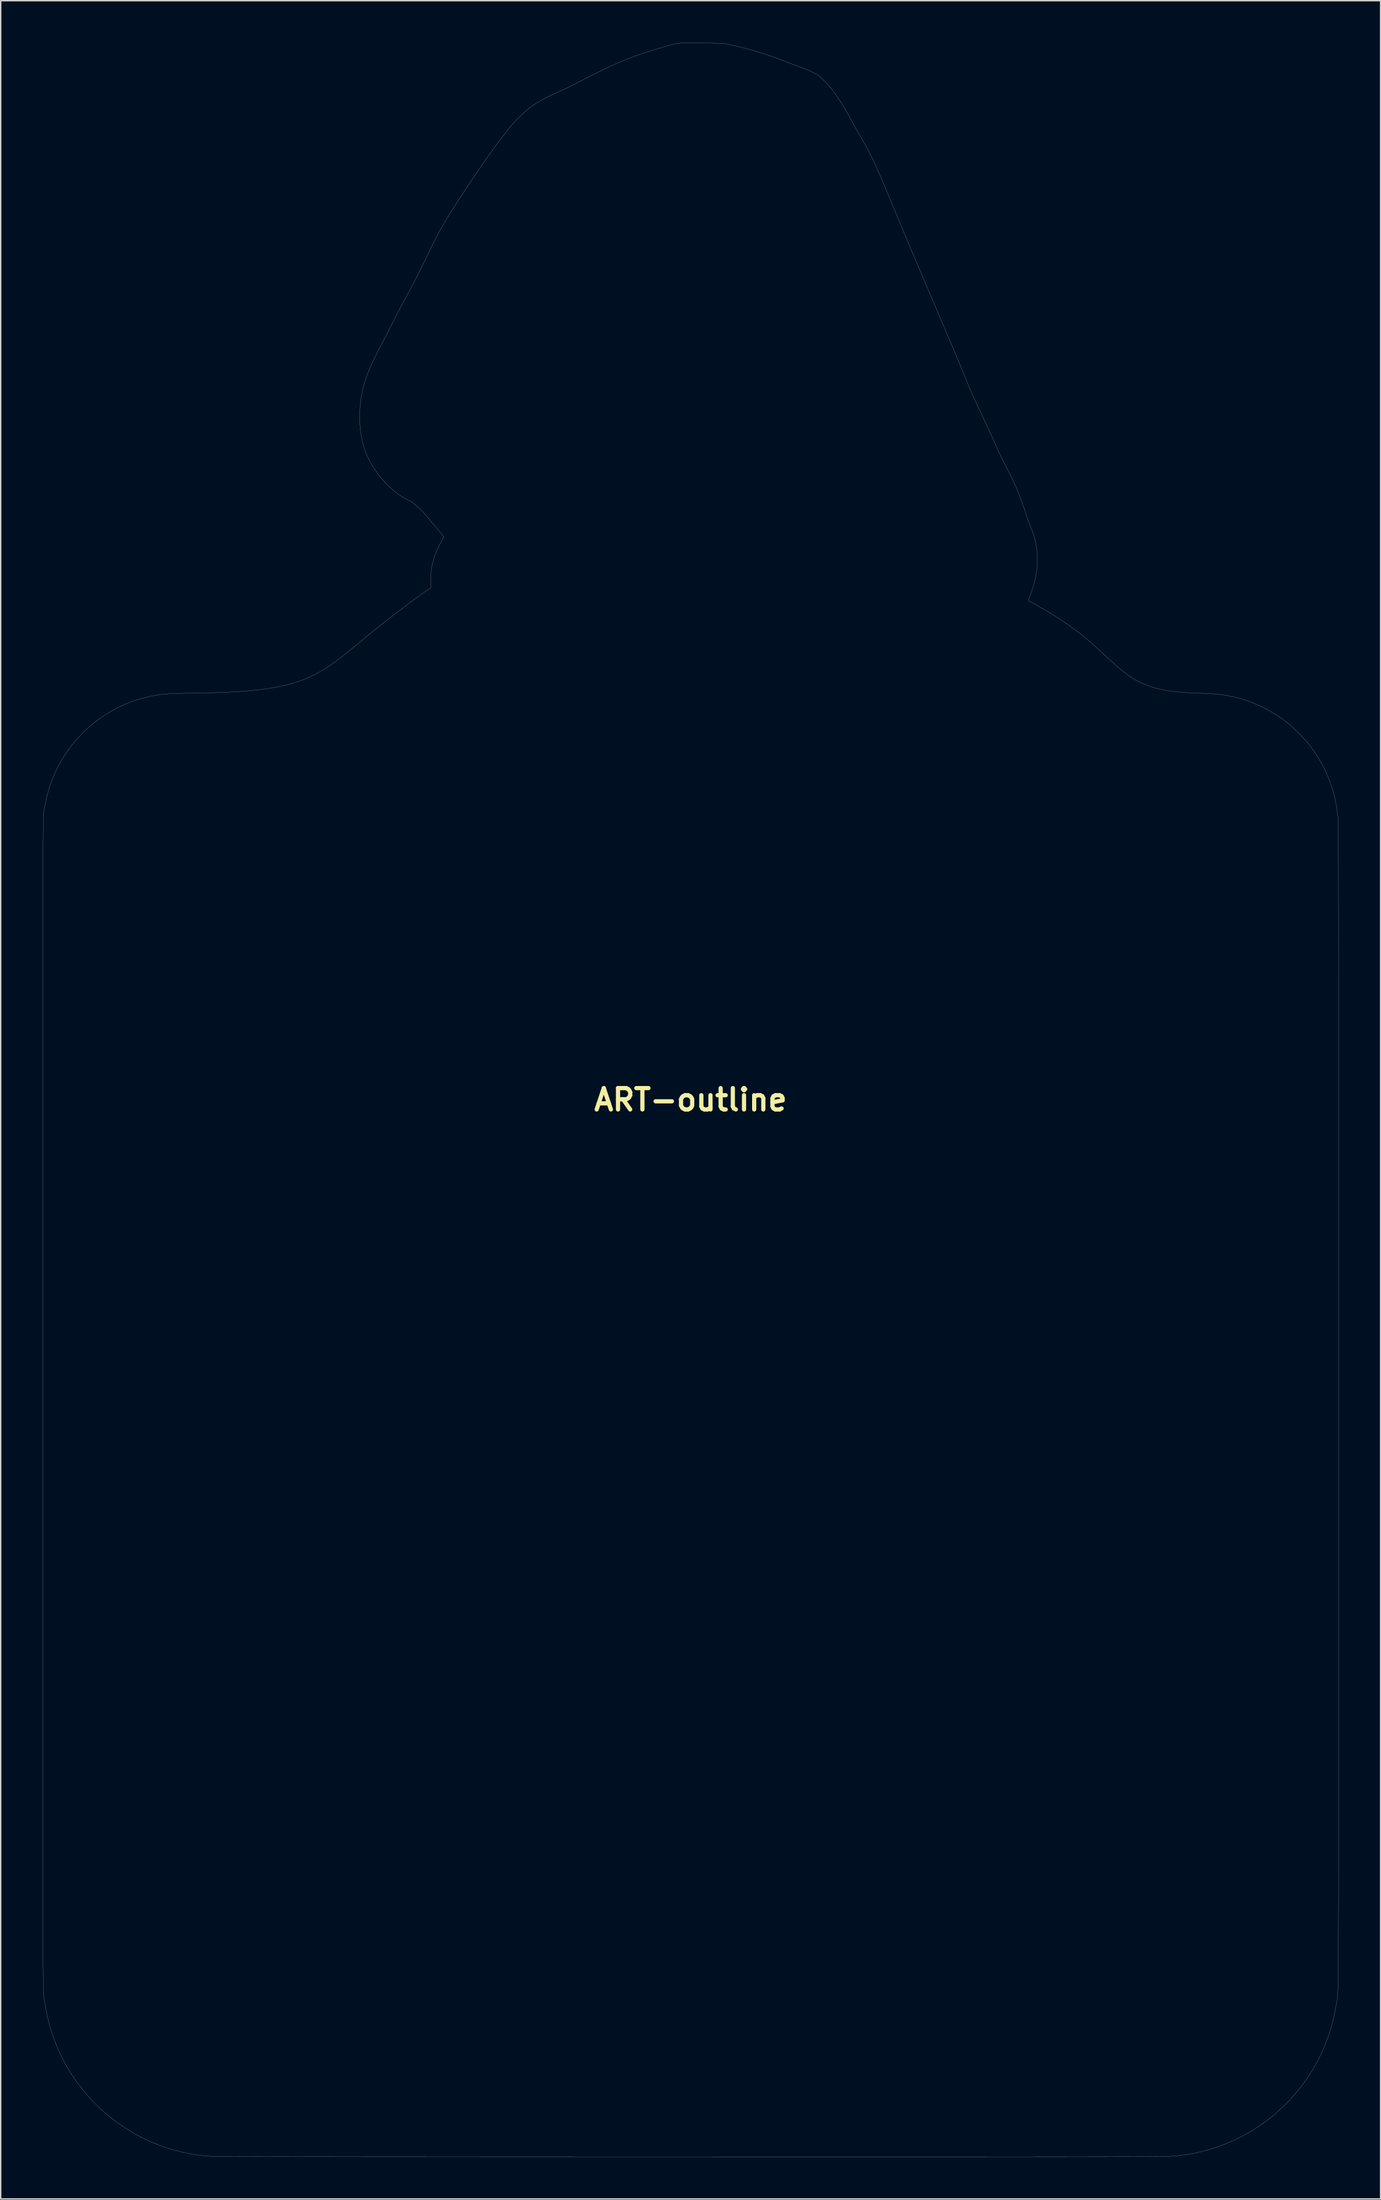
<source format=kicad_pcb>
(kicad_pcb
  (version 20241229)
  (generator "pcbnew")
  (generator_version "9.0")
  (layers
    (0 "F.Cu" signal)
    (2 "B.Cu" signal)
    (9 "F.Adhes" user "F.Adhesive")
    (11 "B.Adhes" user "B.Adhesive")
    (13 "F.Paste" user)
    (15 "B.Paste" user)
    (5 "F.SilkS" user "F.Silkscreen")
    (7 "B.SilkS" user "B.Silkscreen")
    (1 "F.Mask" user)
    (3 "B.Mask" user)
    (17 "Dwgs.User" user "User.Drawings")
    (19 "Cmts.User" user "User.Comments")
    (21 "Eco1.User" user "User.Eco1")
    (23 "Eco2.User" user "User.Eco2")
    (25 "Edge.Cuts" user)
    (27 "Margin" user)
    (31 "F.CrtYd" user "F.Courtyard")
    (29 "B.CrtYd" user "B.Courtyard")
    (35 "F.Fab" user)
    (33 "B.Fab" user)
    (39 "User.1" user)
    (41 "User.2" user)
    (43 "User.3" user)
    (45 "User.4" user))
  (footprint "ART-outline"
    (layer "F.Cu")
    (at 46.276 75.479)
    (property "Reference" "ART-outline" (at 0 0 0) (layer "F.SilkS") (effects (font (size 1.524 1.524) (thickness 0.3))))
    (attr through_hole)
    (fp_poly (pts (xy -0.034 -75.474) (xy 0.123 -75.472) (xy 0.308 -75.469) (xy 0.526 -75.466) (xy 0.78 -75.461) (xy 0.942 -75.459) (xy 2.318 -75.434) (xy 2.773 -75.341) (xy 3.406 -75.202) (xy 4.058 -75.037) (xy 4.718 -74.85) (xy 5.375 -74.645) (xy 6.017 -74.425) (xy 6.562 -74.22) (xy 6.675 -74.176) (xy 6.821 -74.119) (xy 6.992 -74.053) (xy 7.181 -73.981) (xy 7.382 -73.904) (xy 7.586 -73.826) (xy 7.787 -73.749) (xy 7.822 -73.736) (xy 8.078 -73.637) (xy 8.299 -73.55) (xy 8.49 -73.471) (xy 8.654 -73.399) (xy 8.796 -73.33) (xy 8.921 -73.262) (xy 9.034 -73.193) (xy 9.139 -73.12) (xy 9.241 -73.04) (xy 9.343 -72.951) (xy 9.452 -72.85) (xy 9.497 -72.807) (xy 9.709 -72.591) (xy 9.921 -72.352) (xy 10.134 -72.087) (xy 10.351 -71.795) (xy 10.571 -71.472) (xy 10.798 -71.116) (xy 11.033 -70.726) (xy 11.277 -70.299) (xy 11.431 -70.019) (xy 11.521 -69.854) (xy 11.627 -69.664) (xy 11.74 -69.462) (xy 11.855 -69.26) (xy 11.965 -69.068) (xy 12.039 -68.94) (xy 12.173 -68.709) (xy 12.298 -68.489) (xy 12.417 -68.278) (xy 12.53 -68.073) (xy 12.639 -67.87) (xy 12.746 -67.667) (xy 12.851 -67.46) (xy 12.956 -67.248) (xy 13.062 -67.027) (xy 13.171 -66.794) (xy 13.284 -66.546) (xy 13.403 -66.281) (xy 13.528 -65.995) (xy 13.662 -65.686) (xy 13.805 -65.35) (xy 13.959 -64.985) (xy 14.125 -64.588) (xy 14.305 -64.156) (xy 14.397 -63.934) (xy 14.56 -63.542) (xy 14.72 -63.158) (xy 14.878 -62.779) (xy 15.035 -62.403) (xy 15.193 -62.026) (xy 15.352 -61.647) (xy 15.513 -61.262) (xy 15.678 -60.87) (xy 15.848 -60.468) (xy 16.024 -60.053) (xy 16.206 -59.622) (xy 16.396 -59.173) (xy 16.596 -58.703) (xy 16.805 -58.21) (xy 17.026 -57.692) (xy 17.259 -57.145) (xy 17.506 -56.567) (xy 17.767 -55.956) (xy 18.043 -55.308) (xy 18.066 -55.256) (xy 18.204 -54.931) (xy 18.344 -54.603) (xy 18.483 -54.276) (xy 18.62 -53.952) (xy 18.753 -53.637) (xy 18.881 -53.333) (xy 19.003 -53.045) (xy 19.116 -52.775) (xy 19.219 -52.528) (xy 19.31 -52.307) (xy 19.389 -52.117) (xy 19.453 -51.96) (xy 19.473 -51.911) (xy 19.591 -51.619) (xy 19.696 -51.361) (xy 19.79 -51.133) (xy 19.874 -50.93) (xy 19.951 -50.747) (xy 20.023 -50.578) (xy 20.091 -50.42) (xy 20.159 -50.268) (xy 20.228 -50.115) (xy 20.3 -49.959) (xy 20.378 -49.793) (xy 20.442 -49.657) (xy 20.632 -49.255) (xy 20.805 -48.887) (xy 20.963 -48.551) (xy 21.107 -48.243) (xy 21.239 -47.96) (xy 21.36 -47.699) (xy 21.472 -47.455) (xy 21.576 -47.227) (xy 21.674 -47.01) (xy 21.767 -46.801) (xy 21.858 -46.597) (xy 21.946 -46.395) (xy 21.954 -46.377) (xy 22.009 -46.255) (xy 22.08 -46.104) (xy 22.163 -45.931) (xy 22.255 -45.743) (xy 22.352 -45.549) (xy 22.449 -45.356) (xy 22.528 -45.203) (xy 22.619 -45.028) (xy 22.708 -44.856) (xy 22.792 -44.691) (xy 22.868 -44.541) (xy 22.934 -44.41) (xy 22.986 -44.305) (xy 23.022 -44.231) (xy 23.023 -44.228) (xy 23.185 -43.871) (xy 23.343 -43.5) (xy 23.497 -43.11) (xy 23.651 -42.696) (xy 23.806 -42.252) (xy 23.965 -41.774) (xy 24.023 -41.593) (xy 24.086 -41.403) (xy 24.154 -41.213) (xy 24.223 -41.034) (xy 24.287 -40.879) (xy 24.309 -40.831) (xy 24.427 -40.546) (xy 24.526 -40.246) (xy 24.609 -39.918) (xy 24.636 -39.787) (xy 24.716 -39.294) (xy 24.755 -38.801) (xy 24.755 -38.309) (xy 24.715 -37.814) (xy 24.634 -37.315) (xy 24.514 -36.81) (xy 24.352 -36.298) (xy 24.189 -35.87) (xy 24.156 -35.784) (xy 24.132 -35.711) (xy 24.121 -35.662) (xy 24.122 -35.645) (xy 24.145 -35.631) (xy 24.2 -35.6) (xy 24.283 -35.553) (xy 24.389 -35.494) (xy 24.513 -35.426) (xy 24.652 -35.35) (xy 24.712 -35.317) (xy 25.536 -34.846) (xy 26.331 -34.348) (xy 27.094 -33.824) (xy 27.825 -33.274) (xy 28.416 -32.79) (xy 28.491 -32.727) (xy 28.564 -32.664) (xy 28.639 -32.598) (xy 28.719 -32.528) (xy 28.805 -32.451) (xy 28.902 -32.364) (xy 29.011 -32.265) (xy 29.135 -32.152) (xy 29.277 -32.022) (xy 29.44 -31.872) (xy 29.626 -31.701) (xy 29.837 -31.507) (xy 30.064 -31.297) (xy 30.379 -31.013) (xy 30.673 -30.76) (xy 30.951 -30.536) (xy 31.216 -30.337) (xy 31.474 -30.161) (xy 31.728 -30.006) (xy 31.982 -29.867) (xy 32.24 -29.742) (xy 32.406 -29.67) (xy 32.729 -29.546) (xy 33.068 -29.436) (xy 33.426 -29.341) (xy 33.807 -29.26) (xy 34.214 -29.191) (xy 34.649 -29.136) (xy 35.117 -29.092) (xy 35.619 -29.06) (xy 36.089 -29.041) (xy 36.389 -29.032) (xy 36.652 -29.022) (xy 36.882 -29.013) (xy 37.085 -29.003) (xy 37.265 -28.992) (xy 37.428 -28.98) (xy 37.579 -28.967) (xy 37.722 -28.951) (xy 37.863 -28.934) (xy 38.007 -28.914) (xy 38.084 -28.902) (xy 38.703 -28.787) (xy 39.307 -28.633) (xy 39.895 -28.442) (xy 40.464 -28.215) (xy 41.015 -27.953) (xy 41.545 -27.659) (xy 42.054 -27.333) (xy 42.54 -26.977) (xy 43.002 -26.592) (xy 43.439 -26.18) (xy 43.849 -25.741) (xy 44.232 -25.278) (xy 44.586 -24.791) (xy 44.909 -24.283) (xy 45.201 -23.754) (xy 45.46 -23.206) (xy 45.685 -22.641) (xy 45.875 -22.059) (xy 46.028 -21.462) (xy 46.144 -20.851) (xy 46.22 -20.228) (xy 46.248 -19.833) (xy 46.249 -19.797) (xy 46.25 -19.728) (xy 46.251 -19.625) (xy 46.252 -19.49) (xy 46.253 -19.321) (xy 46.253 -19.119) (xy 46.254 -18.882) (xy 46.255 -18.612) (xy 46.256 -18.307) (xy 46.257 -17.968) (xy 46.257 -17.594) (xy 46.258 -17.185) (xy 46.259 -16.742) (xy 46.259 -16.262) (xy 46.26 -15.748) (xy 46.261 -15.198) (xy 46.261 -14.612) (xy 46.262 -13.989) (xy 46.263 -13.331) (xy 46.263 -12.636) (xy 46.264 -11.904) (xy 46.264 -11.135) (xy 46.265 -10.33) (xy 46.265 -9.486) (xy 46.266 -8.606) (xy 46.266 -7.687) (xy 46.266 -6.731) (xy 46.267 -5.737) (xy 46.267 -4.704) (xy 46.267 -3.633) (xy 46.268 -2.522) (xy 46.268 -1.373) (xy 46.268 -0.185) (xy 46.269 1.042) (xy 46.269 2.31) (xy 46.269 3.616) (xy 46.269 4.963) (xy 46.27 6.35) (xy 46.27 7.778) (xy 46.27 9.246) (xy 46.27 10.755) (xy 46.27 12.305) (xy 46.27 13.896) (xy 46.27 15.528) (xy 46.27 17.202) (xy 46.27 18.918) (xy 46.27 20.676) (xy 46.27 21.641) (xy 46.27 23.256) (xy 46.27 24.828) (xy 46.27 26.36) (xy 46.27 27.85) (xy 46.27 29.301) (xy 46.271 30.712) (xy 46.271 32.084) (xy 46.271 33.418) (xy 46.271 34.713) (xy 46.271 35.972) (xy 46.271 37.193) (xy 46.271 38.379) (xy 46.271 39.528) (xy 46.271 40.643) (xy 46.271 41.723) (xy 46.271 42.769) (xy 46.271 43.782) (xy 46.271 44.761) (xy 46.27 45.709) (xy 46.27 46.624) (xy 46.27 47.509) (xy 46.27 48.362) (xy 46.27 49.186) (xy 46.269 49.98) (xy 46.269 50.745) (xy 46.269 51.482) (xy 46.268 52.19) (xy 46.268 52.872) (xy 46.268 53.526) (xy 46.267 54.155) (xy 46.267 54.757) (xy 46.266 55.335) (xy 46.265 55.888) (xy 46.265 56.417) (xy 46.264 56.923) (xy 46.263 57.405) (xy 46.262 57.866) (xy 46.261 58.304) (xy 46.26 58.722) (xy 46.259 59.119) (xy 46.258 59.495) (xy 46.257 59.852) (xy 46.255 60.19) (xy 46.254 60.51) (xy 46.253 60.812) (xy 46.251 61.096) (xy 46.249 61.364) (xy 46.248 61.615) (xy 46.246 61.851) (xy 46.244 62.071) (xy 46.242 62.277) (xy 46.24 62.469) (xy 46.238 62.648) (xy 46.236 62.814) (xy 46.233 62.967) (xy 46.231 63.109) (xy 46.228 63.239) (xy 46.226 63.359) (xy 46.223 63.468) (xy 46.22 63.568) (xy 46.217 63.659) (xy 46.214 63.742) (xy 46.211 63.817) (xy 46.207 63.884) (xy 46.204 63.945) (xy 46.2 63.999) (xy 46.197 64.048) (xy 46.193 64.092) (xy 46.189 64.131) (xy 46.185 64.166) (xy 46.181 64.197) (xy 46.176 64.226) (xy 46.172 64.252) (xy 46.167 64.277) (xy 46.162 64.3) (xy 46.157 64.323) (xy 46.152 64.346) (xy 46.147 64.369) (xy 46.142 64.393) (xy 46.136 64.419) (xy 46.131 64.446) (xy 46.125 64.477) (xy 46.119 64.51) (xy 46.113 64.548) (xy 46.11 64.569) (xy 45.981 65.284) (xy 45.814 65.985) (xy 45.61 66.669) (xy 45.369 67.336) (xy 45.093 67.985) (xy 44.783 68.615) (xy 44.441 69.225) (xy 44.067 69.813) (xy 43.662 70.378) (xy 43.229 70.919) (xy 42.768 71.436) (xy 42.28 71.927) (xy 41.767 72.391) (xy 41.229 72.827) (xy 40.669 73.233) (xy 40.087 73.61) (xy 39.484 73.955) (xy 38.862 74.267) (xy 38.221 74.546) (xy 37.564 74.79) (xy 36.891 74.998) (xy 36.203 75.17) (xy 35.502 75.303) (xy 34.789 75.397) (xy 34.143 75.448) (xy 34.113 75.449) (xy 34.077 75.45) (xy 34.035 75.452) (xy 33.987 75.453) (xy 33.931 75.454) (xy 33.867 75.456) (xy 33.794 75.457) (xy 33.713 75.458) (xy 33.621 75.459) (xy 33.519 75.46) (xy 33.405 75.461) (xy 33.28 75.462) (xy 33.143 75.463) (xy 32.993 75.464) (xy 32.829 75.465) (xy 32.651 75.466) (xy 32.459 75.466) (xy 32.251 75.467) (xy 32.027 75.468) (xy 31.786 75.469) (xy 31.529 75.469) (xy 31.253 75.47) (xy 30.959 75.471) (xy 30.646 75.471) (xy 30.314 75.472) (xy 29.961 75.472) (xy 29.587 75.473) (xy 29.192 75.473) (xy 28.775 75.474) (xy 28.335 75.474) (xy 27.871 75.475) (xy 27.384 75.475) (xy 26.872 75.475) (xy 26.336 75.476) (xy 25.773 75.476) (xy 25.184 75.476) (xy 24.568 75.477) (xy 23.924 75.477) (xy 23.253 75.477) (xy 22.552 75.477) (xy 21.822 75.477) (xy 21.062 75.478) (xy 20.271 75.478) (xy 19.449 75.478) (xy 18.596 75.478) (xy 17.709 75.478) (xy 16.79 75.478) (xy 15.837 75.478) (xy 14.85 75.478) (xy 13.827 75.478) (xy 12.77 75.478) (xy 11.676 75.478) (xy 10.545 75.478) (xy 9.377 75.478) (xy 8.171 75.478) (xy 6.926 75.478) (xy 5.642 75.478) (xy 4.319 75.478) (xy 2.955 75.478) (xy 1.55 75.478) (xy 0.103 75.477) (xy -0.084 75.477) (xy -1.557 75.477) (xy -2.988 75.477) (xy -4.378 75.477) (xy -5.727 75.477) (xy -7.036 75.477) (xy -8.306 75.477) (xy -9.537 75.476) (xy -10.73 75.476) (xy -11.885 75.476) (xy -13.002 75.476) (xy -14.083 75.476) (xy -15.129 75.475) (xy -16.138 75.475) (xy -17.113 75.475) (xy -18.054 75.475) (xy -18.961 75.474) (xy -19.835 75.474) (xy -20.676 75.474) (xy -21.485 75.473) (xy -22.263 75.473) (xy -23.01 75.473) (xy -23.727 75.472) (xy -24.414 75.472) (xy -25.072 75.472) (xy -25.701 75.471) (xy -26.303 75.471) (xy -26.877 75.47) (xy -27.425 75.47) (xy -27.946 75.469) (xy -28.441 75.469) (xy -28.912 75.468) (xy -29.358 75.468) (xy -29.78 75.467) (xy -30.179 75.466) (xy -30.554 75.466) (xy -30.908 75.465) (xy -31.24 75.464) (xy -31.552 75.464) (xy -31.842 75.463) (xy -32.113 75.462) (xy -32.364 75.461) (xy -32.597 75.461) (xy -32.812 75.46) (xy -33.009 75.459) (xy -33.189 75.458) (xy -33.352 75.457) (xy -33.5 75.456) (xy -33.632 75.455) (xy -33.75 75.454) (xy -33.853 75.453) (xy -33.943 75.452) (xy -34.021 75.451) (xy -34.085 75.45) (xy -34.138 75.449) (xy -34.179 75.447) (xy -34.21 75.446) (xy -34.216 75.446) (xy -34.87 75.391) (xy -35.533 75.299) (xy -36.198 75.169) (xy -36.859 75.005) (xy -37.509 74.807) (xy -37.804 74.704) (xy -38.477 74.438) (xy -39.136 74.133) (xy -39.776 73.79) (xy -40.397 73.412) (xy -40.995 72.999) (xy -41.569 72.554) (xy -42.117 72.077) (xy -42.636 71.57) (xy -42.95 71.233) (xy -43.433 70.665) (xy -43.88 70.076) (xy -44.289 69.467) (xy -44.661 68.839) (xy -44.995 68.194) (xy -45.291 67.531) (xy -45.548 66.851) (xy -45.766 66.156) (xy -45.944 65.446) (xy -46.083 64.723) (xy -46.109 64.558) (xy -46.115 64.518) (xy -46.121 64.482) (xy -46.127 64.45) (xy -46.133 64.42) (xy -46.138 64.393) (xy -46.144 64.368) (xy -46.149 64.344) (xy -46.154 64.32) (xy -46.159 64.297) (xy -46.164 64.274) (xy -46.169 64.249) (xy -46.173 64.224) (xy -46.178 64.196) (xy -46.182 64.165) (xy -46.186 64.131) (xy -46.19 64.094) (xy -46.194 64.052) (xy -46.198 64.006) (xy -46.202 63.954) (xy -46.205 63.896) (xy -46.209 63.832) (xy -46.212 63.761) (xy -46.215 63.682) (xy -46.218 63.595) (xy -46.221 63.499) (xy -46.224 63.394) (xy -46.227 63.28) (xy -46.23 63.154) (xy -46.232 63.018) (xy -46.234 62.871) (xy -46.237 62.711) (xy -46.239 62.539) (xy -46.241 62.353) (xy -46.243 62.154) (xy -46.245 61.941) (xy -46.247 61.713) (xy -46.249 61.469) (xy -46.25 61.21) (xy -46.252 60.934) (xy -46.253 60.641) (xy -46.255 60.33) (xy -46.256 60.001) (xy -46.257 59.654) (xy -46.259 59.287) (xy -46.26 58.9) (xy -46.261 58.493) (xy -46.262 58.066) (xy -46.263 57.616) (xy -46.264 57.145) (xy -46.264 56.651) (xy -46.265 56.134) (xy -46.266 55.593) (xy -46.266 55.027) (xy -46.267 54.437) (xy -46.268 53.822) (xy -46.268 53.181) (xy -46.268 52.513) (xy -46.269 51.818) (xy -46.269 51.096) (xy -46.269 50.345) (xy -46.27 49.566) (xy -46.27 48.757) (xy -46.27 47.919) (xy -46.27 47.05) (xy -46.27 46.15) (xy -46.27 45.219) (xy -46.271 44.256) (xy -46.271 43.26) (xy -46.271 42.231) (xy -46.271 41.168) (xy -46.271 40.071) (xy -46.271 38.94) (xy -46.271 37.772) (xy -46.271 36.569) (xy -46.27 35.33) (xy -46.27 34.053) (xy -46.27 32.739) (xy -46.27 31.386) (xy -46.27 29.995) (xy -46.27 28.565) (xy -46.27 27.094) (xy -46.27 25.584) (xy -46.27 24.032) (xy -46.27 22.439) (xy -46.27 21.611) (xy -46.27 20.002) (xy -46.27 18.434) (xy -46.27 16.908) (xy -46.27 15.422) (xy -46.27 13.977) (xy -46.27 12.571) (xy -46.27 11.204) (xy -46.27 9.875) (xy -46.27 8.584) (xy -46.27 7.331) (xy -46.27 6.114) (xy -46.27 4.934) (xy -46.27 3.789) (xy -46.27 2.68) (xy -46.27 1.605) (xy -46.27 0.564) (xy -46.269 -0.444) (xy -46.269 -1.419) (xy -46.269 -2.361) (xy -46.269 -3.272) (xy -46.269 -4.151) (xy -46.269 -5) (xy -46.268 -5.819) (xy -46.268 -6.608) (xy -46.268 -7.368) (xy -46.268 -8.1) (xy -46.267 -8.804) (xy -46.267 -9.48) (xy -46.266 -10.13) (xy -46.266 -10.753) (xy -46.265 -11.351) (xy -46.265 -11.924) (xy -46.264 -12.472) (xy -46.264 -12.997) (xy -46.263 -13.498) (xy -46.262 -13.976) (xy -46.261 -14.431) (xy -46.26 -14.865) (xy -46.259 -15.278) (xy -46.258 -15.67) (xy -46.257 -16.042) (xy -46.256 -16.394) (xy -46.255 -16.728) (xy -46.254 -17.043) (xy -46.253 -17.34) (xy -46.251 -17.62) (xy -46.25 -17.883) (xy -46.248 -18.13) (xy -46.247 -18.361) (xy -46.245 -18.577) (xy -46.243 -18.779) (xy -46.242 -18.967) (xy -46.24 -19.141) (xy -46.238 -19.302) (xy -46.236 -19.451) (xy -46.234 -19.589) (xy -46.231 -19.715) (xy -46.229 -19.83) (xy -46.227 -19.936) (xy -46.224 -20.032) (xy -46.221 -20.118) (xy -46.219 -20.197) (xy -46.216 -20.268) (xy -46.213 -20.331) (xy -46.21 -20.388) (xy -46.207 -20.438) (xy -46.204 -20.483) (xy -46.201 -20.522) (xy -46.197 -20.558) (xy -46.194 -20.589) (xy -46.19 -20.617) (xy -46.186 -20.642) (xy -46.182 -20.664) (xy -46.178 -20.685) (xy -46.174 -20.705) (xy -46.17 -20.724) (xy -46.166 -20.743) (xy -46.161 -20.762) (xy -46.157 -20.783) (xy -46.152 -20.805) (xy -46.147 -20.829) (xy -46.142 -20.856) (xy -46.137 -20.887) (xy -46.136 -20.892) (xy -46.017 -21.509) (xy -45.859 -22.112) (xy -45.663 -22.7) (xy -45.432 -23.27) (xy -45.165 -23.821) (xy -44.866 -24.353) (xy -44.535 -24.863) (xy -44.173 -25.35) (xy -43.782 -25.813) (xy -43.363 -26.25) (xy -42.918 -26.661) (xy -42.448 -27.044) (xy -41.955 -27.396) (xy -41.439 -27.718) (xy -40.903 -28.007) (xy -40.347 -28.263) (xy -39.773 -28.484) (xy -39.182 -28.668) (xy -38.576 -28.814) (xy -38.079 -28.903) (xy -37.945 -28.923) (xy -37.814 -28.94) (xy -37.684 -28.955) (xy -37.55 -28.969) (xy -37.409 -28.981) (xy -37.257 -28.991) (xy -37.091 -29) (xy -36.906 -29.008) (xy -36.699 -29.015) (xy -36.467 -29.022) (xy -36.205 -29.028) (xy -35.91 -29.033) (xy -35.578 -29.038) (xy -35.391 -29.041) (xy -34.875 -29.05) (xy -34.399 -29.059) (xy -33.956 -29.071) (xy -33.544 -29.084) (xy -33.159 -29.099) (xy -32.796 -29.116) (xy -32.452 -29.135) (xy -32.123 -29.157) (xy -31.804 -29.182) (xy -31.493 -29.209) (xy -31.184 -29.24) (xy -30.967 -29.264) (xy -30.371 -29.338) (xy -29.812 -29.425) (xy -29.287 -29.525) (xy -28.792 -29.64) (xy -28.323 -29.77) (xy -27.876 -29.918) (xy -27.447 -30.083) (xy -27.034 -30.268) (xy -26.632 -30.474) (xy -26.237 -30.702) (xy -25.846 -30.953) (xy -25.805 -30.98) (xy -25.699 -31.053) (xy -25.595 -31.126) (xy -25.491 -31.199) (xy -25.386 -31.275) (xy -25.277 -31.356) (xy -25.162 -31.443) (xy -25.038 -31.539) (xy -24.903 -31.644) (xy -24.754 -31.762) (xy -24.59 -31.893) (xy -24.409 -32.039) (xy -24.207 -32.203) (xy -23.982 -32.387) (xy -23.733 -32.591) (xy -23.457 -32.818) (xy -23.151 -33.069) (xy -23.029 -33.17) (xy -22.698 -33.442) (xy -22.371 -33.707) (xy -22.042 -33.969) (xy -21.706 -34.234) (xy -21.355 -34.507) (xy -20.984 -34.792) (xy -20.586 -35.094) (xy -20.458 -35.192) (xy -20.212 -35.377) (xy -19.995 -35.54) (xy -19.806 -35.682) (xy -19.639 -35.806) (xy -19.492 -35.914) (xy -19.361 -36.009) (xy -19.243 -36.094) (xy -19.133 -36.171) (xy -19.028 -36.243) (xy -18.926 -36.312) (xy -18.821 -36.381) (xy -18.805 -36.392) (xy -18.529 -36.573) (xy -18.547 -36.738) (xy -18.557 -36.866) (xy -18.561 -37.026) (xy -18.56 -37.206) (xy -18.555 -37.396) (xy -18.545 -37.586) (xy -18.531 -37.765) (xy -18.514 -37.922) (xy -18.5 -38.015) (xy -18.411 -38.414) (xy -18.285 -38.822) (xy -18.124 -39.233) (xy -17.93 -39.644) (xy -17.737 -39.993) (xy -17.692 -40.073) (xy -17.659 -40.141) (xy -17.64 -40.187) (xy -17.638 -40.202) (xy -17.653 -40.223) (xy -17.693 -40.273) (xy -17.755 -40.349) (xy -17.837 -40.449) (xy -17.936 -40.569) (xy -18.049 -40.706) (xy -18.175 -40.858) (xy -18.31 -41.021) (xy -18.399 -41.127) (xy -18.562 -41.322) (xy -18.702 -41.489) (xy -18.821 -41.63) (xy -18.922 -41.749) (xy -19.01 -41.85) (xy -19.087 -41.936) (xy -19.156 -42.011) (xy -19.221 -42.078) (xy -19.286 -42.141) (xy -19.352 -42.203) (xy -19.424 -42.268) (xy -19.505 -42.34) (xy -19.533 -42.365) (xy -19.655 -42.473) (xy -19.752 -42.557) (xy -19.831 -42.622) (xy -19.898 -42.672) (xy -19.959 -42.713) (xy -20.02 -42.749) (xy -20.088 -42.783) (xy -20.17 -42.822) (xy -20.51 -43.001) (xy -20.848 -43.219) (xy -21.181 -43.472) (xy -21.504 -43.756) (xy -21.815 -44.068) (xy -22.111 -44.403) (xy -22.387 -44.759) (xy -22.642 -45.131) (xy -22.87 -45.515) (xy -23.07 -45.909) (xy -23.199 -46.208) (xy -23.344 -46.623) (xy -23.461 -47.065) (xy -23.549 -47.53) (xy -23.607 -48.013) (xy -23.637 -48.512) (xy -23.637 -49.02) (xy -23.607 -49.534) (xy -23.546 -50.05) (xy -23.482 -50.43) (xy -23.427 -50.695) (xy -23.362 -50.958) (xy -23.287 -51.224) (xy -23.2 -51.495) (xy -23.099 -51.776) (xy -22.983 -52.069) (xy -22.851 -52.378) (xy -22.701 -52.707) (xy -22.532 -53.059) (xy -22.342 -53.437) (xy -22.13 -53.846) (xy -22.051 -53.996) (xy -21.977 -54.137) (xy -21.888 -54.309) (xy -21.787 -54.502) (xy -21.68 -54.71) (xy -21.57 -54.925) (xy -21.461 -55.138) (xy -21.356 -55.343) (xy -21.336 -55.383) (xy -21.173 -55.704) (xy -21.026 -55.991) (xy -20.893 -56.251) (xy -20.77 -56.488) (xy -20.656 -56.706) (xy -20.548 -56.911) (xy -20.442 -57.107) (xy -20.338 -57.301) (xy -20.231 -57.495) (xy -20.126 -57.685) (xy -19.981 -57.95) (xy -19.822 -58.252) (xy -19.647 -58.591) (xy -19.458 -58.964) (xy -19.257 -59.37) (xy -19.042 -59.808) (xy -18.816 -60.276) (xy -18.788 -60.336) (xy -18.561 -60.802) (xy -18.346 -61.233) (xy -18.139 -61.635) (xy -17.938 -62.011) (xy -17.74 -62.367) (xy -17.542 -62.707) (xy -17.342 -63.038) (xy -17.325 -63.066) (xy -17.062 -63.487) (xy -16.789 -63.917) (xy -16.508 -64.353) (xy -16.222 -64.792) (xy -15.931 -65.231) (xy -15.639 -65.668) (xy -15.347 -66.099) (xy -15.057 -66.523) (xy -14.771 -66.935) (xy -14.49 -67.334) (xy -14.218 -67.716) (xy -13.955 -68.078) (xy -13.704 -68.419) (xy -13.467 -68.734) (xy -13.246 -69.022) (xy -13.042 -69.279) (xy -12.858 -69.503) (xy -12.85 -69.511) (xy -12.701 -69.683) (xy -12.534 -69.865) (xy -12.359 -70.048) (xy -12.183 -70.226) (xy -12.013 -70.39) (xy -11.857 -70.534) (xy -11.769 -70.61) (xy -11.569 -70.772) (xy -11.368 -70.924) (xy -11.161 -71.069) (xy -10.943 -71.208) (xy -10.71 -71.346) (xy -10.456 -71.484) (xy -10.177 -71.627) (xy -9.868 -71.775) (xy -9.523 -71.933) (xy -9.472 -71.956) (xy -9.324 -72.023) (xy -9.195 -72.081) (xy -9.08 -72.133) (xy -8.974 -72.182) (xy -8.873 -72.23) (xy -8.772 -72.278) (xy -8.665 -72.33) (xy -8.549 -72.388) (xy -8.419 -72.454) (xy -8.27 -72.53) (xy -8.098 -72.619) (xy -7.896 -72.723) (xy -7.672 -72.839) (xy -7.165 -73.099) (xy -6.689 -73.337) (xy -6.241 -73.556) (xy -5.815 -73.757) (xy -5.408 -73.941) (xy -5.016 -74.112) (xy -4.634 -74.269) (xy -4.259 -74.416) (xy -3.886 -74.554) (xy -3.511 -74.684) (xy -3.131 -74.809) (xy -2.886 -74.885) (xy -2.586 -74.978) (xy -2.323 -75.058) (xy -2.093 -75.128) (xy -1.894 -75.188) (xy -1.722 -75.238) (xy -1.573 -75.281) (xy -1.444 -75.316) (xy -1.332 -75.345) (xy -1.234 -75.369) (xy -1.145 -75.388) (xy -1.063 -75.404) (xy -0.984 -75.417) (xy -0.905 -75.428) (xy -0.823 -75.438) (xy -0.812 -75.439) (xy -0.735 -75.448) (xy -0.665 -75.455) (xy -0.598 -75.462) (xy -0.529 -75.466) (xy -0.456 -75.47) (xy -0.373 -75.473) (xy -0.278 -75.474) (xy -0.166 -75.474) (xy -0.034 -75.474)) (stroke (width 0.01) (type solid)) (fill no) (layer "Edge.Cuts")))
  (gr_rect
    (start -3 -3)
    (end 95.551 153.963)
    (stroke (width 0.1) (type default))
    (fill no)
    (layer "Edge.Cuts")))
</source>
